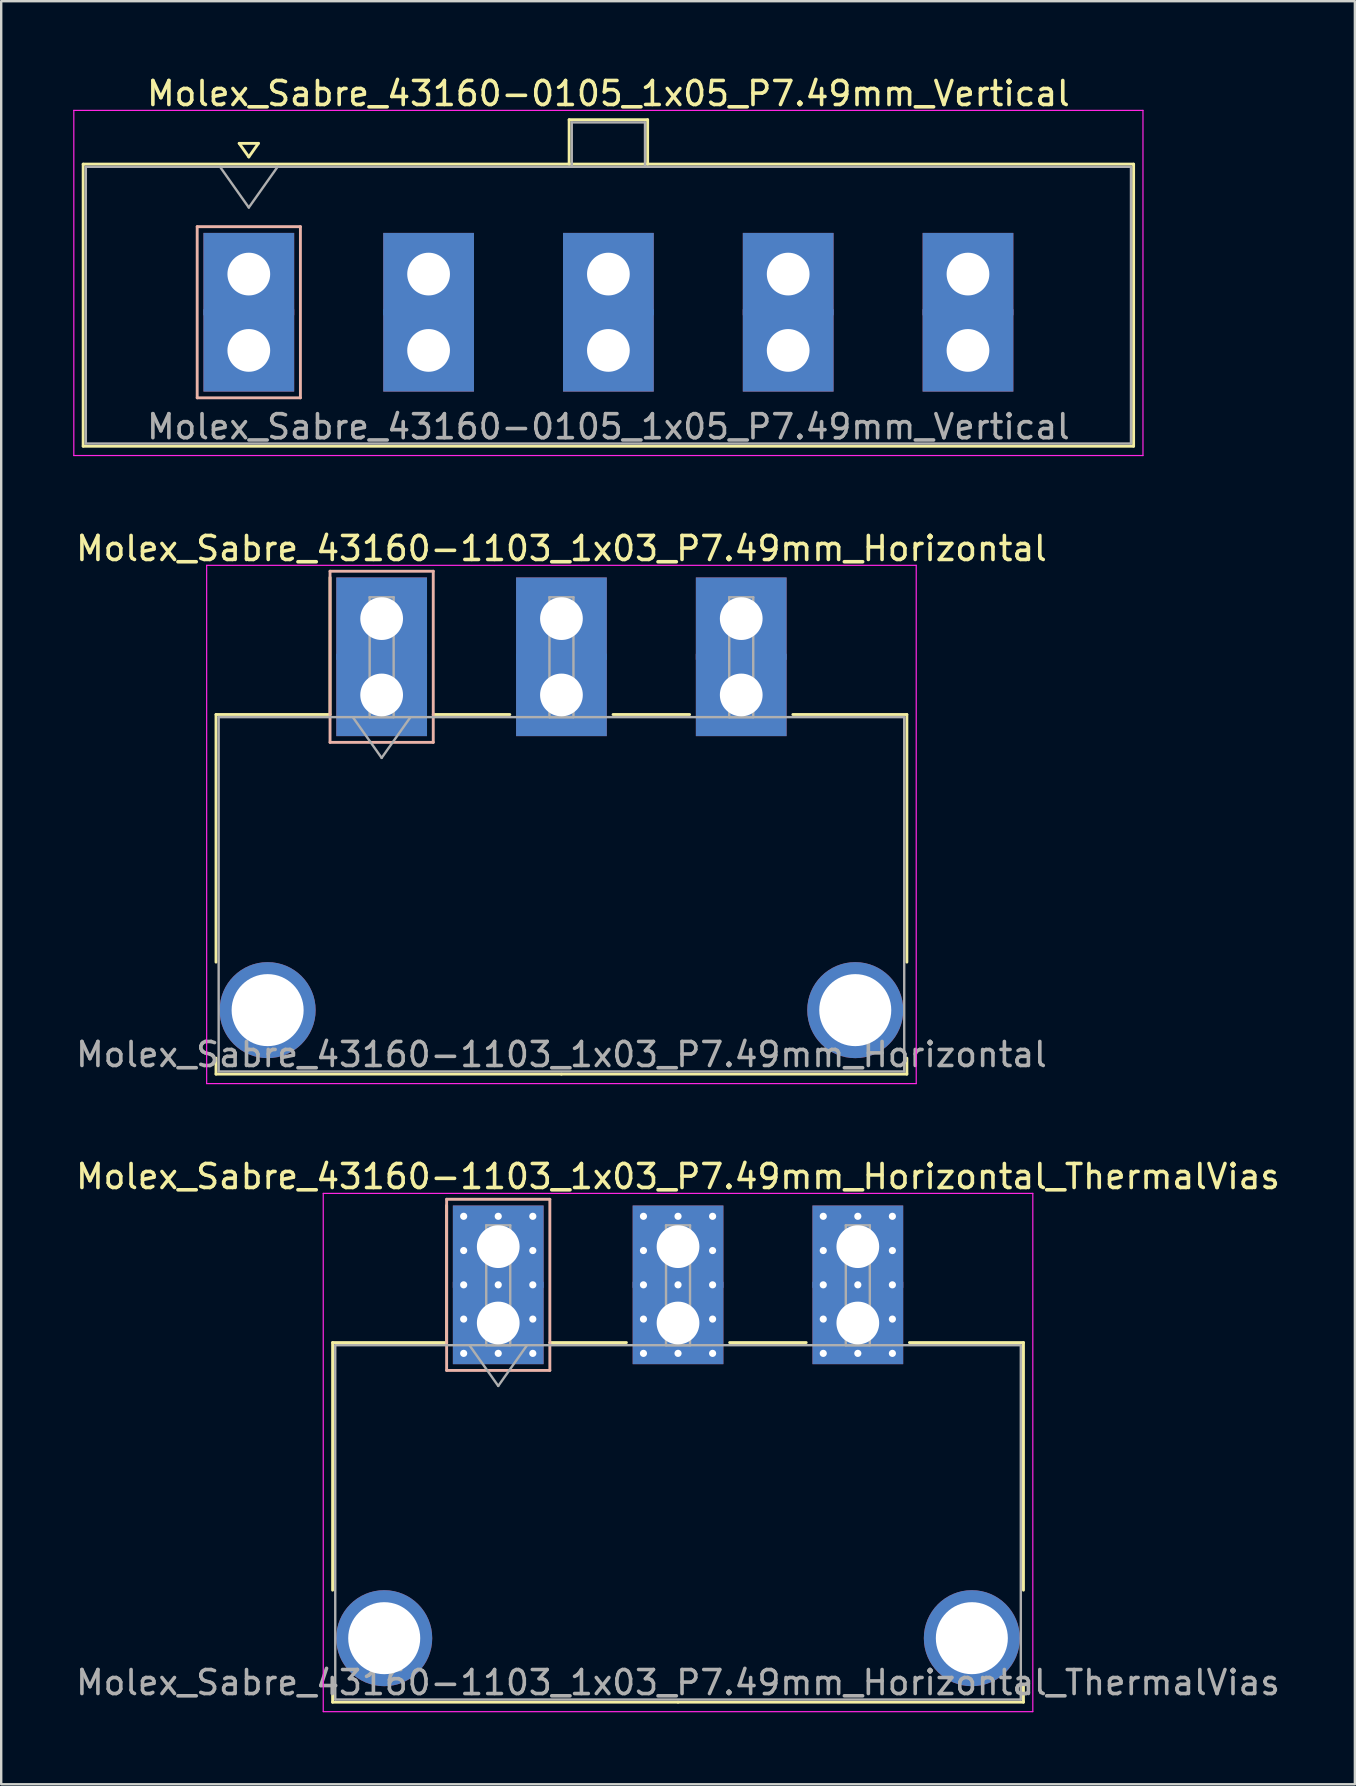
<source format=kicad_pcb>
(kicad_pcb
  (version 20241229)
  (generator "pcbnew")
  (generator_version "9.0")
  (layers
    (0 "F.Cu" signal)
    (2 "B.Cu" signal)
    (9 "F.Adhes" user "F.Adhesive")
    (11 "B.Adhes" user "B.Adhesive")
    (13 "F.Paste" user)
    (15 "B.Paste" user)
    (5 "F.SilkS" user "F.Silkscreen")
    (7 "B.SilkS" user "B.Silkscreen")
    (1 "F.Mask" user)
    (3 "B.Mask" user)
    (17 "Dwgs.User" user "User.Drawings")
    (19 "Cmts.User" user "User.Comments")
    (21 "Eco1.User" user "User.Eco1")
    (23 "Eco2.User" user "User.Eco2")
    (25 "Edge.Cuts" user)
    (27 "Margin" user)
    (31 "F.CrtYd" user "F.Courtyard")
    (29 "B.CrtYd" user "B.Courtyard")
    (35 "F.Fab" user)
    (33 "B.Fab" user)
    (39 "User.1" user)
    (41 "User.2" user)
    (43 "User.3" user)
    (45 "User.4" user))
  (footprint "Molex_Sabre_43160-1103_1x03_P7.49mm_Horizontal"
    (layer "F.Cu")
    (at 12.849 25.901)
    (property "Reference" "Molex_Sabre_43160-1103_1x03_P7.49mm_Horizontal" (at 7.49 -6.1 0) (layer "F.SilkS") (effects (font (size 1 1) (thickness 0.15))))
    (attr through_hole)
    (fp_line (start -6.9 0.815) (end -6.9 11.13) (stroke (width 0.12) (type solid)) (layer "F.SilkS"))
    (fp_line (start -6.9 15.13) (end -6.9 15.795) (stroke (width 0.12) (type solid)) (layer "F.SilkS"))
    (fp_line (start -6.9 15.795) (end 7.49 15.795) (stroke (width 0.12) (type solid)) (layer "F.SilkS"))
    (fp_line (start -2.15 0.815) (end -6.9 0.815) (stroke (width 0.12) (type solid)) (layer "F.SilkS"))
    (fp_line (start -2.15 0.815) (end -2.15 -4.895) (stroke (width 0.12) (type solid)) (layer "F.SilkS"))
    (fp_line (start 2.15 0.815) (end 5.34 0.815) (stroke (width 0.12) (type solid)) (layer "F.SilkS"))
    (fp_line (start 9.64 0.815) (end 12.83 0.815) (stroke (width 0.12) (type solid)) (layer "F.SilkS"))
    (fp_line (start 17.13 0.815) (end 21.88 0.815) (stroke (width 0.12) (type solid)) (layer "F.SilkS"))
    (fp_line (start 21.88 0.815) (end 21.88 11.13) (stroke (width 0.12) (type solid)) (layer "F.SilkS"))
    (fp_line (start 21.88 15.13) (end 21.88 15.795) (stroke (width 0.12) (type solid)) (layer "F.SilkS"))
    (fp_line (start 21.88 15.795) (end 7.49 15.795) (stroke (width 0.12) (type solid)) (layer "F.SilkS"))
    (fp_line (start -2.15 -5.155) (end -2.15 1.975) (stroke (width 0.12) (type solid)) (layer "B.SilkS"))
    (fp_line (start -2.15 1.975) (end 2.15 1.975) (stroke (width 0.12) (type solid)) (layer "B.SilkS"))
    (fp_line (start 2.15 -5.155) (end -2.15 -5.155) (stroke (width 0.12) (type solid)) (layer "B.SilkS"))
    (fp_line (start 2.15 1.975) (end 2.15 -5.155) (stroke (width 0.12) (type solid)) (layer "B.SilkS"))
    (fp_line (start -7.29 -5.4) (end -7.29 16.19) (stroke (width 0.05) (type solid)) (layer "F.CrtYd"))
    (fp_line (start -7.29 16.19) (end 22.27 16.19) (stroke (width 0.05) (type solid)) (layer "F.CrtYd"))
    (fp_line (start 22.27 -5.4) (end -7.29 -5.4) (stroke (width 0.05) (type solid)) (layer "F.CrtYd"))
    (fp_line (start 22.27 16.19) (end 22.27 -5.4) (stroke (width 0.05) (type solid)) (layer "F.CrtYd"))
    (fp_line (start -6.79 0.925) (end -6.79 15.685) (stroke (width 0.1) (type solid)) (layer "F.Fab"))
    (fp_line (start -6.79 15.685) (end 21.77 15.685) (stroke (width 0.1) (type solid)) (layer "F.Fab"))
    (fp_line (start -1.2 0.925) (end 0 2.622) (stroke (width 0.1) (type solid)) (layer "F.Fab"))
    (fp_line (start -0.5 -4.07) (end 0.5 -4.07) (stroke (width 0.1) (type solid)) (layer "F.Fab"))
    (fp_line (start -0.5 0.925) (end -0.5 -4.07) (stroke (width 0.1) (type solid)) (layer "F.Fab"))
    (fp_line (start 0 2.622) (end 1.2 0.925) (stroke (width 0.1) (type solid)) (layer "F.Fab"))
    (fp_line (start 0.5 -4.07) (end 0.5 0.925) (stroke (width 0.1) (type solid)) (layer "F.Fab"))
    (fp_line (start 0.5 0.925) (end -0.5 0.925) (stroke (width 0.1) (type solid)) (layer "F.Fab"))
    (fp_line (start 6.99 -4.07) (end 7.99 -4.07) (stroke (width 0.1) (type solid)) (layer "F.Fab"))
    (fp_line (start 6.99 0.925) (end 6.99 -4.07) (stroke (width 0.1) (type solid)) (layer "F.Fab"))
    (fp_line (start 7.99 -4.07) (end 7.99 0.925) (stroke (width 0.1) (type solid)) (layer "F.Fab"))
    (fp_line (start 7.99 0.925) (end 6.99 0.925) (stroke (width 0.1) (type solid)) (layer "F.Fab"))
    (fp_line (start 14.48 -4.07) (end 15.48 -4.07) (stroke (width 0.1) (type solid)) (layer "F.Fab"))
    (fp_line (start 14.48 0.925) (end 14.48 -4.07) (stroke (width 0.1) (type solid)) (layer "F.Fab"))
    (fp_line (start 15.48 -4.07) (end 15.48 0.925) (stroke (width 0.1) (type solid)) (layer "F.Fab"))
    (fp_line (start 15.48 0.925) (end 14.48 0.925) (stroke (width 0.1) (type solid)) (layer "F.Fab"))
    (fp_line (start 21.77 0.925) (end -6.79 0.925) (stroke (width 0.1) (type solid)) (layer "F.Fab"))
    (fp_line (start 21.77 15.685) (end 21.77 0.925) (stroke (width 0.1) (type solid)) (layer "F.Fab"))
    (fp_text user "${REFERENCE}" (at 7.49 14.98 0) (layer "F.Fab") (effects (font (size 1 1) (thickness 0.15))))
    (pad "" thru_hole circle (at -4.75 13.13) (size 4 4) (drill 3) (layers "*.Cu" "*.Mask"))
    (pad "" thru_hole circle (at 19.73 13.13) (size 4 4) (drill 3) (layers "*.Cu" "*.Mask"))
    (pad "1" thru_hole rect (at 0 -3.18) (size 3.78 3.43) (drill 1.78) (layers "*.Cu" "*.Mask"))
    (pad "1" thru_hole rect (at 0 0) (size 3.78 3.43) (drill 1.78) (layers "*.Cu" "*.Mask"))
    (pad "2" thru_hole rect (at 7.49 -3.18) (size 3.78 3.43) (drill 1.78) (layers "*.Cu" "*.Mask"))
    (pad "2" thru_hole rect (at 7.49 0) (size 3.78 3.43) (drill 1.78) (layers "*.Cu" "*.Mask"))
    (pad "3" thru_hole rect (at 14.98 -3.18) (size 3.78 3.43) (drill 1.78) (layers "*.Cu" "*.Mask"))
    (pad "3" thru_hole rect (at 14.98 0) (size 3.78 3.43) (drill 1.78) (layers "*.Cu" "*.Mask")))
  (footprint "Molex_Sabre_43160-0105_1x05_P7.49mm_Vertical"
    (layer "F.Cu")
    (at 7.315 11.548)
    (property "Reference" "Molex_Sabre_43160-0105_1x05_P7.49mm_Vertical" (at 14.98 -10.7 0) (layer "F.SilkS") (effects (font (size 1 1) (thickness 0.15))))
    (attr through_hole)
    (fp_line (start -6.9 -7.76) (end -6.9 3.99) (stroke (width 0.12) (type solid)) (layer "F.SilkS"))
    (fp_line (start -6.9 3.99) (end 36.86 3.99) (stroke (width 0.12) (type solid)) (layer "F.SilkS"))
    (fp_line (start -0.4 -8.626) (end 0 -8.06) (stroke (width 0.12) (type solid)) (layer "F.SilkS"))
    (fp_line (start 0 -8.06) (end 0.4 -8.626) (stroke (width 0.12) (type solid)) (layer "F.SilkS"))
    (fp_line (start 0.4 -8.626) (end -0.4 -8.626) (stroke (width 0.12) (type solid)) (layer "F.SilkS"))
    (fp_line (start 13.345 -9.61) (end 16.615 -9.61) (stroke (width 0.12) (type solid)) (layer "F.SilkS"))
    (fp_line (start 13.345 -7.76) (end 13.345 -9.61) (stroke (width 0.12) (type solid)) (layer "F.SilkS"))
    (fp_line (start 16.615 -9.61) (end 16.615 -7.76) (stroke (width 0.12) (type solid)) (layer "F.SilkS"))
    (fp_line (start 36.86 -7.76) (end -6.9 -7.76) (stroke (width 0.12) (type solid)) (layer "F.SilkS"))
    (fp_line (start 36.86 3.99) (end 36.86 -7.76) (stroke (width 0.12) (type solid)) (layer "F.SilkS"))
    (fp_line (start -2.15 -5.155) (end -2.15 1.975) (stroke (width 0.12) (type solid)) (layer "B.SilkS"))
    (fp_line (start -2.15 1.975) (end 2.15 1.975) (stroke (width 0.12) (type solid)) (layer "B.SilkS"))
    (fp_line (start 2.15 -5.155) (end -2.15 -5.155) (stroke (width 0.12) (type solid)) (layer "B.SilkS"))
    (fp_line (start 2.15 1.975) (end 2.15 -5.155) (stroke (width 0.12) (type solid)) (layer "B.SilkS"))
    (fp_line (start -7.29 -10) (end -7.29 4.38) (stroke (width 0.05) (type solid)) (layer "F.CrtYd"))
    (fp_line (start -7.29 4.38) (end 37.25 4.38) (stroke (width 0.05) (type solid)) (layer "F.CrtYd"))
    (fp_line (start 37.25 -10) (end -7.29 -10) (stroke (width 0.05) (type solid)) (layer "F.CrtYd"))
    (fp_line (start 37.25 4.38) (end 37.25 -10) (stroke (width 0.05) (type solid)) (layer "F.CrtYd"))
    (fp_line (start -6.79 -7.65) (end -6.79 3.88) (stroke (width 0.1) (type solid)) (layer "F.Fab"))
    (fp_line (start -6.79 3.88) (end 36.75 3.88) (stroke (width 0.1) (type solid)) (layer "F.Fab"))
    (fp_line (start -1.2 -7.65) (end 0 -5.953) (stroke (width 0.1) (type solid)) (layer "F.Fab"))
    (fp_line (start 0 -5.953) (end 1.2 -7.65) (stroke (width 0.1) (type solid)) (layer "F.Fab"))
    (fp_line (start 13.455 -9.5) (end 16.505 -9.5) (stroke (width 0.1) (type solid)) (layer "F.Fab"))
    (fp_line (start 13.455 -7.65) (end 13.455 -9.5) (stroke (width 0.1) (type solid)) (layer "F.Fab"))
    (fp_line (start 16.505 -9.5) (end 16.505 -7.65) (stroke (width 0.1) (type solid)) (layer "F.Fab"))
    (fp_line (start 36.75 -7.65) (end -6.79 -7.65) (stroke (width 0.1) (type solid)) (layer "F.Fab"))
    (fp_line (start 36.75 3.88) (end 36.75 -7.65) (stroke (width 0.1) (type solid)) (layer "F.Fab"))
    (fp_text user "${REFERENCE}" (at 14.98 3.18 0) (layer "F.Fab") (effects (font (size 1 1) (thickness 0.15))))
    (pad "1" thru_hole rect (at 0 -3.18) (size 3.78 3.43) (drill 1.78) (layers "*.Cu" "*.Mask"))
    (pad "1" thru_hole rect (at 0 0) (size 3.78 3.43) (drill 1.78) (layers "*.Cu" "*.Mask"))
    (pad "2" thru_hole rect (at 7.49 -3.18) (size 3.78 3.43) (drill 1.78) (layers "*.Cu" "*.Mask"))
    (pad "2" thru_hole rect (at 7.49 0) (size 3.78 3.43) (drill 1.78) (layers "*.Cu" "*.Mask"))
    (pad "3" thru_hole rect (at 14.98 -3.18) (size 3.78 3.43) (drill 1.78) (layers "*.Cu" "*.Mask"))
    (pad "3" thru_hole rect (at 14.98 0) (size 3.78 3.43) (drill 1.78) (layers "*.Cu" "*.Mask"))
    (pad "4" thru_hole rect (at 22.47 -3.18) (size 3.78 3.43) (drill 1.78) (layers "*.Cu" "*.Mask"))
    (pad "4" thru_hole rect (at 22.47 0) (size 3.78 3.43) (drill 1.78) (layers "*.Cu" "*.Mask"))
    (pad "5" thru_hole rect (at 29.96 -3.18) (size 3.78 3.43) (drill 1.78) (layers "*.Cu" "*.Mask"))
    (pad "5" thru_hole rect (at 29.96 0) (size 3.78 3.43) (drill 1.78) (layers "*.Cu" "*.Mask")))
  (footprint "Molex_Sabre_43160-1103_1x03_P7.49mm_Horizontal_ThermalVias"
    (layer "F.Cu")
    (at 17.706 52.065)
    (property "Reference" "Molex_Sabre_43160-1103_1x03_P7.49mm_Horizontal_ThermalVias" (at 7.49 -6.1 0) (layer "F.SilkS") (effects (font (size 1 1) (thickness 0.15))))
    (attr through_hole)
    (fp_line (start -6.9 0.815) (end -6.9 11.13) (stroke (width 0.12) (type solid)) (layer "F.SilkS"))
    (fp_line (start -6.9 15.13) (end -6.9 15.795) (stroke (width 0.12) (type solid)) (layer "F.SilkS"))
    (fp_line (start -6.9 15.795) (end 7.49 15.795) (stroke (width 0.12) (type solid)) (layer "F.SilkS"))
    (fp_line (start -2.15 0.815) (end -6.9 0.815) (stroke (width 0.12) (type solid)) (layer "F.SilkS"))
    (fp_line (start -2.15 0.815) (end -2.15 -4.895) (stroke (width 0.12) (type solid)) (layer "F.SilkS"))
    (fp_line (start 2.15 0.815) (end 5.34 0.815) (stroke (width 0.12) (type solid)) (layer "F.SilkS"))
    (fp_line (start 9.64 0.815) (end 12.83 0.815) (stroke (width 0.12) (type solid)) (layer "F.SilkS"))
    (fp_line (start 17.13 0.815) (end 21.88 0.815) (stroke (width 0.12) (type solid)) (layer "F.SilkS"))
    (fp_line (start 21.88 0.815) (end 21.88 11.13) (stroke (width 0.12) (type solid)) (layer "F.SilkS"))
    (fp_line (start 21.88 15.13) (end 21.88 15.795) (stroke (width 0.12) (type solid)) (layer "F.SilkS"))
    (fp_line (start 21.88 15.795) (end 7.49 15.795) (stroke (width 0.12) (type solid)) (layer "F.SilkS"))
    (fp_line (start -2.15 -5.155) (end -2.15 1.975) (stroke (width 0.12) (type solid)) (layer "B.SilkS"))
    (fp_line (start -2.15 1.975) (end 2.15 1.975) (stroke (width 0.12) (type solid)) (layer "B.SilkS"))
    (fp_line (start 2.15 -5.155) (end -2.15 -5.155) (stroke (width 0.12) (type solid)) (layer "B.SilkS"))
    (fp_line (start 2.15 1.975) (end 2.15 -5.155) (stroke (width 0.12) (type solid)) (layer "B.SilkS"))
    (fp_line (start -7.29 -5.4) (end -7.29 16.19) (stroke (width 0.05) (type solid)) (layer "F.CrtYd"))
    (fp_line (start -7.29 16.19) (end 22.27 16.19) (stroke (width 0.05) (type solid)) (layer "F.CrtYd"))
    (fp_line (start 22.27 -5.4) (end -7.29 -5.4) (stroke (width 0.05) (type solid)) (layer "F.CrtYd"))
    (fp_line (start 22.27 16.19) (end 22.27 -5.4) (stroke (width 0.05) (type solid)) (layer "F.CrtYd"))
    (fp_line (start -6.79 0.925) (end -6.79 15.685) (stroke (width 0.1) (type solid)) (layer "F.Fab"))
    (fp_line (start -6.79 15.685) (end 21.77 15.685) (stroke (width 0.1) (type solid)) (layer "F.Fab"))
    (fp_line (start -1.2 0.925) (end 0 2.622) (stroke (width 0.1) (type solid)) (layer "F.Fab"))
    (fp_line (start -0.5 -4.07) (end 0.5 -4.07) (stroke (width 0.1) (type solid)) (layer "F.Fab"))
    (fp_line (start -0.5 0.925) (end -0.5 -4.07) (stroke (width 0.1) (type solid)) (layer "F.Fab"))
    (fp_line (start 0 2.622) (end 1.2 0.925) (stroke (width 0.1) (type solid)) (layer "F.Fab"))
    (fp_line (start 0.5 -4.07) (end 0.5 0.925) (stroke (width 0.1) (type solid)) (layer "F.Fab"))
    (fp_line (start 0.5 0.925) (end -0.5 0.925) (stroke (width 0.1) (type solid)) (layer "F.Fab"))
    (fp_line (start 6.99 -4.07) (end 7.99 -4.07) (stroke (width 0.1) (type solid)) (layer "F.Fab"))
    (fp_line (start 6.99 0.925) (end 6.99 -4.07) (stroke (width 0.1) (type solid)) (layer "F.Fab"))
    (fp_line (start 7.99 -4.07) (end 7.99 0.925) (stroke (width 0.1) (type solid)) (layer "F.Fab"))
    (fp_line (start 7.99 0.925) (end 6.99 0.925) (stroke (width 0.1) (type solid)) (layer "F.Fab"))
    (fp_line (start 14.48 -4.07) (end 15.48 -4.07) (stroke (width 0.1) (type solid)) (layer "F.Fab"))
    (fp_line (start 14.48 0.925) (end 14.48 -4.07) (stroke (width 0.1) (type solid)) (layer "F.Fab"))
    (fp_line (start 15.48 -4.07) (end 15.48 0.925) (stroke (width 0.1) (type solid)) (layer "F.Fab"))
    (fp_line (start 15.48 0.925) (end 14.48 0.925) (stroke (width 0.1) (type solid)) (layer "F.Fab"))
    (fp_line (start 21.77 0.925) (end -6.79 0.925) (stroke (width 0.1) (type solid)) (layer "F.Fab"))
    (fp_line (start 21.77 15.685) (end 21.77 0.925) (stroke (width 0.1) (type solid)) (layer "F.Fab"))
    (fp_text user "${REFERENCE}" (at 7.49 14.98 0) (layer "F.Fab") (effects (font (size 1 1) (thickness 0.15))))
    (pad "" thru_hole circle (at -4.75 13.13) (size 4 4) (drill 3) (layers "*.Cu" "*.Mask"))
    (pad "" thru_hole circle (at 19.73 13.13) (size 4 4) (drill 3) (layers "*.Cu" "*.Mask"))
    (pad "1" thru_hole rect (at -1.44 -4.445) (size 0.6 0.6) (drill 0.3) (layers "*.Cu" "*.Mask"))
    (pad "1" thru_hole rect (at -1.44 -3.018) (size 0.6 0.6) (drill 0.3) (layers "*.Cu" "*.Mask"))
    (pad "1" thru_hole rect (at -1.44 -1.59) (size 0.6 0.6) (drill 0.3) (layers "*.Cu" "*.Mask"))
    (pad "1" thru_hole rect (at -1.44 -0.163) (size 0.6 0.6) (drill 0.3) (layers "*.Cu" "*.Mask"))
    (pad "1" thru_hole rect (at -1.44 1.265) (size 0.6 0.6) (drill 0.3) (layers "*.Cu" "*.Mask"))
    (pad "1" thru_hole rect (at 0 -4.445) (size 0.6 0.6) (drill 0.3) (layers "*.Cu" "*.Mask"))
    (pad "1" thru_hole rect (at 0 -3.18) (size 3.78 3.43) (drill 1.78) (layers "*.Cu" "*.Mask"))
    (pad "1" thru_hole rect (at 0 -1.59) (size 0.6 0.6) (drill 0.3) (layers "*.Cu" "*.Mask"))
    (pad "1" thru_hole rect (at 0 0) (size 3.78 3.43) (drill 1.78) (layers "*.Cu" "*.Mask"))
    (pad "1" thru_hole rect (at 0 1.265) (size 0.6 0.6) (drill 0.3) (layers "*.Cu" "*.Mask"))
    (pad "1" thru_hole rect (at 1.44 -4.445) (size 0.6 0.6) (drill 0.3) (layers "*.Cu" "*.Mask"))
    (pad "1" thru_hole rect (at 1.44 -3.018) (size 0.6 0.6) (drill 0.3) (layers "*.Cu" "*.Mask"))
    (pad "1" thru_hole rect (at 1.44 -1.59) (size 0.6 0.6) (drill 0.3) (layers "*.Cu" "*.Mask"))
    (pad "1" thru_hole rect (at 1.44 -0.163) (size 0.6 0.6) (drill 0.3) (layers "*.Cu" "*.Mask"))
    (pad "1" thru_hole rect (at 1.44 1.265) (size 0.6 0.6) (drill 0.3) (layers "*.Cu" "*.Mask"))
    (pad "2" thru_hole circle (at 6.05 -4.445) (size 0.6 0.6) (drill 0.3) (layers "*.Cu" "*.Mask"))
    (pad "2" thru_hole circle (at 6.05 -3.018) (size 0.6 0.6) (drill 0.3) (layers "*.Cu" "*.Mask"))
    (pad "2" thru_hole circle (at 6.05 -1.59) (size 0.6 0.6) (drill 0.3) (layers "*.Cu" "*.Mask"))
    (pad "2" thru_hole circle (at 6.05 -0.163) (size 0.6 0.6) (drill 0.3) (layers "*.Cu" "*.Mask"))
    (pad "2" thru_hole circle (at 6.05 1.265) (size 0.6 0.6) (drill 0.3) (layers "*.Cu" "*.Mask"))
    (pad "2" thru_hole circle (at 7.49 -4.445) (size 0.6 0.6) (drill 0.3) (layers "*.Cu" "*.Mask"))
    (pad "2" thru_hole rect (at 7.49 -3.18) (size 3.78 3.43) (drill 1.78) (layers "*.Cu" "*.Mask"))
    (pad "2" thru_hole circle (at 7.49 -1.59) (size 0.6 0.6) (drill 0.3) (layers "*.Cu" "*.Mask"))
    (pad "2" thru_hole rect (at 7.49 0) (size 3.78 3.43) (drill 1.78) (layers "*.Cu" "*.Mask"))
    (pad "2" thru_hole circle (at 7.49 1.265) (size 0.6 0.6) (drill 0.3) (layers "*.Cu" "*.Mask"))
    (pad "2" thru_hole circle (at 8.93 -4.445) (size 0.6 0.6) (drill 0.3) (layers "*.Cu" "*.Mask"))
    (pad "2" thru_hole circle (at 8.93 -3.018) (size 0.6 0.6) (drill 0.3) (layers "*.Cu" "*.Mask"))
    (pad "2" thru_hole circle (at 8.93 -1.59) (size 0.6 0.6) (drill 0.3) (layers "*.Cu" "*.Mask"))
    (pad "2" thru_hole circle (at 8.93 -0.163) (size 0.6 0.6) (drill 0.3) (layers "*.Cu" "*.Mask"))
    (pad "2" thru_hole circle (at 8.93 1.265) (size 0.6 0.6) (drill 0.3) (layers "*.Cu" "*.Mask"))
    (pad "3" thru_hole circle (at 13.54 -4.445) (size 0.6 0.6) (drill 0.3) (layers "*.Cu" "*.Mask"))
    (pad "3" thru_hole circle (at 13.54 -3.018) (size 0.6 0.6) (drill 0.3) (layers "*.Cu" "*.Mask"))
    (pad "3" thru_hole circle (at 13.54 -1.59) (size 0.6 0.6) (drill 0.3) (layers "*.Cu" "*.Mask"))
    (pad "3" thru_hole circle (at 13.54 -0.163) (size 0.6 0.6) (drill 0.3) (layers "*.Cu" "*.Mask"))
    (pad "3" thru_hole circle (at 13.54 1.265) (size 0.6 0.6) (drill 0.3) (layers "*.Cu" "*.Mask"))
    (pad "3" thru_hole circle (at 14.98 -4.445) (size 0.6 0.6) (drill 0.3) (layers "*.Cu" "*.Mask"))
    (pad "3" thru_hole rect (at 14.98 -3.18) (size 3.78 3.43) (drill 1.78) (layers "*.Cu" "*.Mask"))
    (pad "3" thru_hole circle (at 14.98 -1.59) (size 0.6 0.6) (drill 0.3) (layers "*.Cu" "*.Mask"))
    (pad "3" thru_hole rect (at 14.98 0) (size 3.78 3.43) (drill 1.78) (layers "*.Cu" "*.Mask"))
    (pad "3" thru_hole circle (at 14.98 1.265) (size 0.6 0.6) (drill 0.3) (layers "*.Cu" "*.Mask"))
    (pad "3" thru_hole circle (at 16.42 -4.445) (size 0.6 0.6) (drill 0.3) (layers "*.Cu" "*.Mask"))
    (pad "3" thru_hole circle (at 16.42 -3.018) (size 0.6 0.6) (drill 0.3) (layers "*.Cu" "*.Mask"))
    (pad "3" thru_hole circle (at 16.42 -1.59) (size 0.6 0.6) (drill 0.3) (layers "*.Cu" "*.Mask"))
    (pad "3" thru_hole circle (at 16.42 -0.163) (size 0.6 0.6) (drill 0.3) (layers "*.Cu" "*.Mask"))
    (pad "3" thru_hole circle (at 16.42 1.265) (size 0.6 0.6) (drill 0.3) (layers "*.Cu" "*.Mask")))
  (gr_rect
    (start -3 -3)
    (end 53.393 71.28)
    (stroke (width 0.1) (type default))
    (fill no)
    (layer "Edge.Cuts")))
</source>
